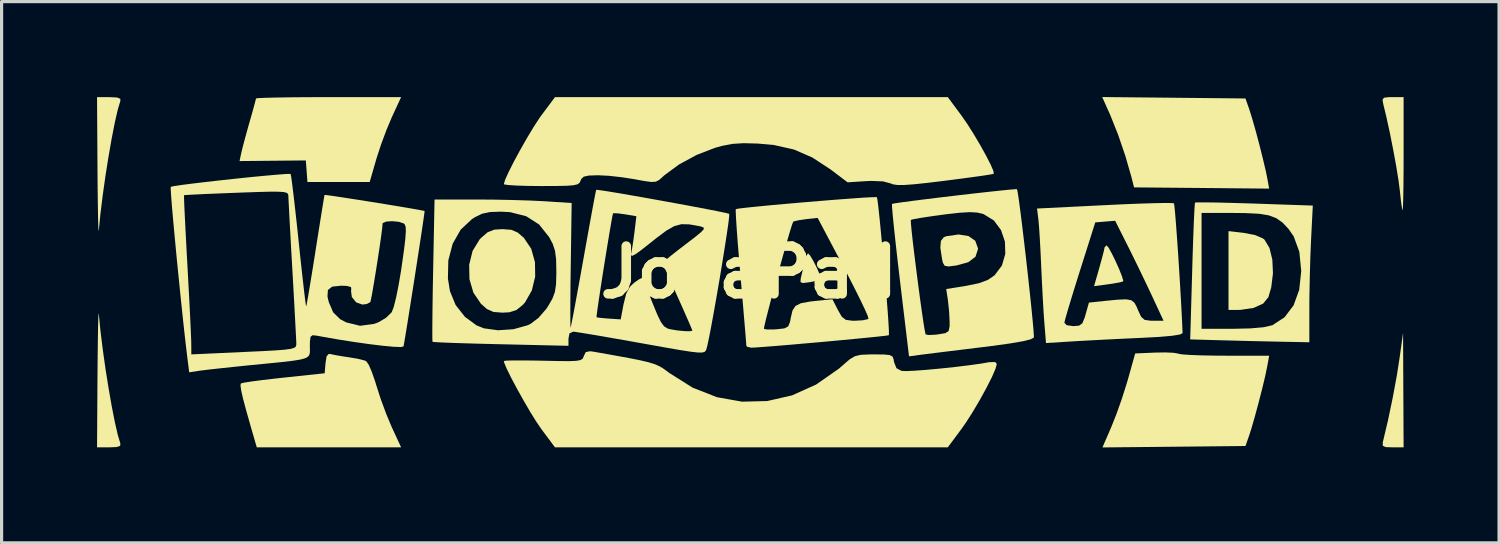
<source format=kicad_pcb>
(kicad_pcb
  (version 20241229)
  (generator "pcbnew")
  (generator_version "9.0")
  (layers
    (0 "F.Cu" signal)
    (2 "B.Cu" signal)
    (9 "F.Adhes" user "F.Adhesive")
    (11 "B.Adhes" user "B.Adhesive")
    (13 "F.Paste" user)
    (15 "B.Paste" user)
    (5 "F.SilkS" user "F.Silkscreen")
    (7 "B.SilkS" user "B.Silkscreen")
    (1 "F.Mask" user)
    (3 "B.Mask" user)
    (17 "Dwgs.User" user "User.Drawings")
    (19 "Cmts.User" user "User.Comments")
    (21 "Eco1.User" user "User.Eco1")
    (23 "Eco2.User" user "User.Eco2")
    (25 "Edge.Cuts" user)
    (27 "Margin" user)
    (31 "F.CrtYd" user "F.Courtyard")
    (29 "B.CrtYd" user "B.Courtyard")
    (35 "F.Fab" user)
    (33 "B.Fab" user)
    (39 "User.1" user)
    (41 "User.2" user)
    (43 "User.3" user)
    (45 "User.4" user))
  (footprint "JokaPad"
    (layer "F.Cu")
    (at 20.489 5.506)
    (property "Reference" "JokaPad" (at 0 0 0) (layer "F.SilkS") (effects (font (size 1.5 1.5) (thickness 0.3))))
    (attr board_only exclude_from_pos_files exclude_from_bom)
    (fp_poly (pts (xy 20.565 3.704) (xy 20.574 5.503) (xy 20.226 5.503) (xy 20.008 5.496) (xy 19.919 5.453) (xy 19.92 5.343) (xy 19.937 5.271) (xy 20.087 4.637) (xy 20.233 3.938) (xy 20.36 3.253) (xy 20.445 2.709) (xy 20.557 1.905)) (stroke (width 0) (type solid)) (fill yes) (layer "F.SilkS"))
    (fp_poly (pts (xy 6.9 -1.137) (xy 7.111 -0.989) (xy 7.196 -0.754) (xy 7.197 -0.727) (xy 7.119 -0.487) (xy 6.889 -0.314) (xy 6.51 -0.211) (xy 6.272 -0.182) (xy 6.151 -0.203) (xy 6.094 -0.299) (xy 6.066 -0.426) (xy 6.015 -0.768) (xy 6.031 -0.982) (xy 6.121 -1.099) (xy 6.202 -1.132) (xy 6.589 -1.187)) (stroke (width 0) (type solid)) (fill yes) (layer "F.SilkS"))
    (fp_poly (pts (xy 15.557 -1.236) (xy 15.907 -1.168) (xy 16.153 -1.062) (xy 16.202 -1.023) (xy 16.358 -0.764) (xy 16.448 -0.396) (xy 16.468 0.032) (xy 16.414 0.474) (xy 16.325 0.782) (xy 16.161 0.984) (xy 15.861 1.121) (xy 15.451 1.182) (xy 15.346 1.185) (xy 15.071 1.185) (xy 15.071 -0.054) (xy 15.071 -1.293)) (stroke (width 0) (type solid)) (fill yes) (layer "F.SilkS"))
    (fp_poly (pts (xy 1.922 -0.524) (xy 2.023 -0.355) (xy 2.131 -0.142) (xy 2.22 0.062) (xy 2.262 0.2) (xy 2.258 0.226) (xy 2.159 0.261) (xy 1.959 0.304) (xy 1.903 0.313) (xy 1.697 0.34) (xy 1.619 0.31) (xy 1.627 0.194) (xy 1.643 0.13) (xy 1.706 -0.142) (xy 1.75 -0.349) (xy 1.802 -0.522) (xy 1.856 -0.593)) (stroke (width 0) (type solid)) (fill yes) (layer "F.SilkS"))
    (fp_poly (pts (xy 11.239 -0.844) (xy 11.301 -0.773) (xy 11.401 -0.593) (xy 11.52 -0.352) (xy 11.634 -0.097) (xy 11.722 0.124) (xy 11.763 0.264) (xy 11.76 0.288) (xy 11.664 0.316) (xy 11.454 0.354) (xy 11.286 0.379) (xy 10.845 0.438) (xy 11.011 -0.14) (xy 11.092 -0.435) (xy 11.152 -0.664) (xy 11.176 -0.78) (xy 11.176 -0.783) (xy 11.237 -0.844)) (stroke (width 0) (type solid)) (fill yes) (layer "F.SilkS"))
    (fp_poly (pts (xy 13.352 -5.484) (xy 15.604 -5.461) (xy 15.723 -5.122) (xy 15.812 -4.839) (xy 15.924 -4.447) (xy 16.043 -4.001) (xy 16.154 -3.557) (xy 16.245 -3.171) (xy 16.291 -2.944) (xy 16.348 -2.628) (xy 14.225 -2.648) (xy 12.103 -2.667) (xy 12.016 -3.006) (xy 11.828 -3.658) (xy 11.601 -4.323) (xy 11.364 -4.917) (xy 11.339 -4.976) (xy 11.101 -5.506)) (stroke (width 0) (type solid)) (fill yes) (layer "F.SilkS"))
    (fp_poly (pts (xy -20.433 1.312) (xy -20.383 1.832) (xy -20.311 2.414) (xy -20.225 3.027) (xy -20.128 3.636) (xy -20.028 4.209) (xy -19.929 4.712) (xy -19.837 5.113) (xy -19.757 5.379) (xy -19.762 5.457) (xy -19.877 5.494) (xy -20.099 5.503) (xy -20.489 5.503) (xy -20.475 3.239) (xy -20.47 2.66) (xy -20.464 2.16) (xy -20.457 1.757) (xy -20.45 1.468) (xy -20.442 1.311) (xy -20.434 1.303)) (stroke (width 0) (type solid)) (fill yes) (layer "F.SilkS"))
    (fp_poly (pts (xy -19.86 -5.492) (xy -19.757 -5.451) (xy -19.757 -5.379) (xy -19.837 -5.113) (xy -19.929 -4.712) (xy -20.028 -4.208) (xy -20.128 -3.635) (xy -20.225 -3.026) (xy -20.311 -2.414) (xy -20.383 -1.831) (xy -20.433 -1.312) (xy -20.441 -1.303) (xy -20.449 -1.444) (xy -20.457 -1.72) (xy -20.464 -2.112) (xy -20.47 -2.602) (xy -20.475 -3.173) (xy -20.475 -3.239) (xy -20.489 -5.503) (xy -20.099 -5.503)) (stroke (width 0) (type solid)) (fill yes) (layer "F.SilkS"))
    (fp_poly (pts (xy 20.574 -3.725) (xy 20.573 -3.197) (xy 20.569 -2.732) (xy 20.563 -2.353) (xy 20.555 -2.086) (xy 20.547 -1.956) (xy 20.544 -1.947) (xy 20.522 -2.025) (xy 20.492 -2.228) (xy 20.461 -2.516) (xy 20.458 -2.544) (xy 20.415 -2.88) (xy 20.342 -3.332) (xy 20.247 -3.85) (xy 20.14 -4.387) (xy 20.03 -4.892) (xy 19.938 -5.271) (xy 19.911 -5.418) (xy 19.957 -5.485) (xy 20.117 -5.503) (xy 20.226 -5.503) (xy 20.574 -5.503)) (stroke (width 0) (type solid)) (fill yes) (layer "F.SilkS"))
    (fp_poly (pts (xy -7.466 -1.333) (xy -7.263 -1.244) (xy -7.072 -1.077) (xy -6.843 -0.737) (xy -6.726 -0.317) (xy -6.719 0.135) (xy -6.824 0.571) (xy -7.037 0.946) (xy -7.112 1.029) (xy -7.311 1.189) (xy -7.531 1.259) (xy -7.749 1.27) (xy -8.029 1.248) (xy -8.234 1.158) (xy -8.422 0.993) (xy -8.661 0.642) (xy -8.785 0.217) (xy -8.794 -0.236) (xy -8.687 -0.669) (xy -8.465 -1.032) (xy -8.425 -1.074) (xy -8.213 -1.257) (xy -8.006 -1.338) (xy -7.747 -1.355)) (stroke (width 0) (type solid)) (fill yes) (layer "F.SilkS"))
    (fp_poly (pts (xy 13.341 2.531) (xy 13.485 2.556) (xy 13.492 2.56) (xy 13.606 2.581) (xy 13.858 2.599) (xy 14.219 2.613) (xy 14.656 2.621) (xy 14.969 2.623) (xy 16.348 2.625) (xy 16.291 2.942) (xy 16.229 3.242) (xy 16.133 3.645) (xy 16.018 4.094) (xy 15.899 4.534) (xy 15.791 4.909) (xy 15.723 5.122) (xy 15.604 5.461) (xy 13.356 5.484) (xy 11.109 5.506) (xy 11.393 4.849) (xy 11.55 4.454) (xy 11.718 3.98) (xy 11.867 3.51) (xy 11.908 3.372) (xy 12.138 2.552) (xy 12.766 2.525) (xy 13.085 2.52)) (stroke (width 0) (type solid)) (fill yes) (layer "F.SilkS"))
    (fp_poly (pts (xy -11.221 -4.88) (xy -11.391 -4.478) (xy -11.565 -4.009) (xy -11.708 -3.57) (xy -11.715 -3.546) (xy -11.92 -2.836) (xy -12.898 -2.836) (xy -13.877 -2.836) (xy -13.902 -3.175) (xy -13.928 -3.514) (xy -14.969 -3.504) (xy -16.011 -3.494) (xy -15.954 -3.758) (xy -15.904 -3.963) (xy -15.821 -4.272) (xy -15.723 -4.627) (xy -15.696 -4.721) (xy -15.604 -5.042) (xy -15.535 -5.296) (xy -15.497 -5.443) (xy -15.494 -5.462) (xy -15.413 -5.473) (xy -15.184 -5.483) (xy -14.83 -5.491) (xy -14.372 -5.498) (xy -13.832 -5.502) (xy -13.232 -5.503) (xy -13.214 -5.503) (xy -10.933 -5.503)) (stroke (width 0) (type solid)) (fill yes) (layer "F.SilkS"))
    (fp_poly (pts (xy -13.139 2.574) (xy -12.974 2.609) (xy -12.716 2.652) (xy -12.573 2.673) (xy -12.303 2.718) (xy -12.093 2.77) (xy -12.031 2.794) (xy -11.955 2.9) (xy -11.855 3.127) (xy -11.748 3.435) (xy -11.711 3.556) (xy -11.572 3.989) (xy -11.398 4.459) (xy -11.227 4.868) (xy -11.221 4.88) (xy -10.933 5.503) (xy -13.201 5.503) (xy -15.469 5.503) (xy -15.647 4.889) (xy -15.798 4.357) (xy -15.902 3.968) (xy -15.961 3.706) (xy -15.981 3.553) (xy -15.969 3.495) (xy -15.873 3.471) (xy -15.64 3.434) (xy -15.298 3.389) (xy -14.877 3.34) (xy -14.63 3.313) (xy -13.335 3.175) (xy -13.308 2.853) (xy -13.275 2.643) (xy -13.209 2.567)) (stroke (width 0) (type solid)) (fill yes) (layer "F.SilkS"))
    (fp_poly (pts (xy 14.693 -2.191) (xy 15.141 -2.18) (xy 15.659 -2.165) (xy 15.883 -2.158) (xy 17.72 -2.095) (xy 17.666 -1.026) (xy 17.643 -0.476) (xy 17.625 0.152) (xy 17.613 0.767) (xy 17.611 1.122) (xy 17.611 2.201) (xy 16.701 2.183) (xy 16.2 2.172) (xy 15.623 2.159) (xy 15.064 2.144) (xy 14.829 2.138) (xy 13.867 2.111) (xy 13.929 -0.024) (xy 13.929 -0.042) (xy 14.224 -0.042) (xy 14.224 1.778) (xy 15.2 1.778) (xy 15.758 1.765) (xy 16.177 1.728) (xy 16.443 1.667) (xy 16.453 1.663) (xy 16.833 1.415) (xy 17.116 1.04) (xy 17.293 0.553) (xy 17.356 -0.03) (xy 17.356 -0.042) (xy 17.297 -0.642) (xy 17.12 -1.126) (xy 16.962 -1.355) (xy 16.774 -1.556) (xy 16.578 -1.696) (xy 16.341 -1.787) (xy 16.028 -1.838) (xy 15.603 -1.859) (xy 15.244 -1.863) (xy 14.224 -1.863) (xy 14.224 -0.042) (xy 13.929 -0.042) (xy 13.946 -0.607) (xy 13.964 -1.132) (xy 13.981 -1.576) (xy 13.997 -1.915) (xy 14.01 -2.127) (xy 14.018 -2.19) (xy 14.107 -2.196) (xy 14.34 -2.196)) (stroke (width 0) (type solid)) (fill yes) (layer "F.SilkS"))
    (fp_poly (pts (xy 6.674 -4.93) (xy 6.862 -4.66) (xy 7.065 -4.338) (xy 7.267 -3.997) (xy 7.448 -3.671) (xy 7.592 -3.39) (xy 7.68 -3.187) (xy 7.694 -3.094) (xy 7.604 -3.075) (xy 7.373 -3.038) (xy 7.028 -2.99) (xy 6.598 -2.932) (xy 6.154 -2.875) (xy 5.592 -2.807) (xy 5.172 -2.763) (xy 4.871 -2.742) (xy 4.663 -2.742) (xy 4.525 -2.763) (xy 4.447 -2.793) (xy 4.211 -2.856) (xy 3.841 -2.87) (xy 3.674 -2.863) (xy 3.099 -2.826) (xy 2.573 -3.225) (xy 1.995 -3.604) (xy 1.417 -3.856) (xy 0.782 -3.999) (xy 0.28 -4.044) (xy -0.169 -4.056) (xy -0.523 -4.034) (xy -0.854 -3.97) (xy -1.074 -3.908) (xy -1.647 -3.686) (xy -2.198 -3.387) (xy -2.658 -3.048) (xy -2.713 -2.998) (xy -2.826 -2.898) (xy -2.93 -2.846) (xy -3.07 -2.837) (xy -3.292 -2.867) (xy -3.588 -2.922) (xy -3.989 -2.985) (xy -4.404 -3.031) (xy -4.743 -3.048) (xy -5.03 -3.039) (xy -5.191 -3.005) (xy -5.271 -2.93) (xy -5.292 -2.879) (xy -5.324 -2.811) (xy -5.387 -2.765) (xy -5.51 -2.735) (xy -5.719 -2.718) (xy -6.042 -2.711) (xy -6.506 -2.709) (xy -6.525 -2.709) (xy -6.95 -2.713) (xy -7.307 -2.724) (xy -7.565 -2.741) (xy -7.695 -2.761) (xy -7.705 -2.769) (xy -7.663 -2.908) (xy -7.551 -3.156) (xy -7.387 -3.48) (xy -7.19 -3.844) (xy -6.978 -4.216) (xy -6.771 -4.56) (xy -6.587 -4.843) (xy -6.523 -4.932) (xy -6.097 -5.503) (xy 0.076 -5.503) (xy 6.249 -5.503)) (stroke (width 0) (type solid)) (fill yes) (layer "F.SilkS"))
    (fp_poly (pts (xy -4.879 2.498) (xy -4.26 2.608) (xy -3.783 2.695) (xy -3.425 2.766) (xy -3.16 2.828) (xy -2.966 2.888) (xy -2.817 2.953) (xy -2.689 3.029) (xy -2.559 3.124) (xy -2.505 3.165) (xy -1.772 3.627) (xy -1.004 3.928) (xy -0.217 4.068) (xy 0.573 4.048) (xy 1.353 3.87) (xy 2.106 3.532) (xy 2.817 3.037) (xy 2.968 2.907) (xy 3.166 2.736) (xy 3.329 2.639) (xy 3.516 2.595) (xy 3.789 2.583) (xy 3.928 2.582) (xy 4.241 2.585) (xy 4.423 2.603) (xy 4.512 2.65) (xy 4.547 2.741) (xy 4.556 2.815) (xy 4.635 3.016) (xy 4.793 3.1) (xy 4.94 3.107) (xy 5.219 3.094) (xy 5.591 3.066) (xy 6.021 3.026) (xy 6.473 2.978) (xy 6.908 2.925) (xy 7.291 2.872) (xy 7.556 2.826) (xy 7.74 2.822) (xy 7.789 2.882) (xy 7.746 3.039) (xy 7.631 3.303) (xy 7.461 3.638) (xy 7.257 4.01) (xy 7.037 4.383) (xy 6.821 4.722) (xy 6.679 4.924) (xy 6.249 5.503) (xy 0.076 5.503) (xy -6.097 5.503) (xy -6.523 4.932) (xy -6.683 4.698) (xy -6.877 4.386) (xy -7.085 4.029) (xy -7.29 3.662) (xy -7.472 3.32) (xy -7.613 3.035) (xy -7.693 2.842) (xy -7.705 2.79) (xy -7.625 2.778) (xy -7.406 2.772) (xy -7.077 2.772) (xy -6.667 2.777) (xy -6.471 2.781) (xy -5.991 2.791) (xy -5.654 2.794) (xy -5.433 2.785) (xy -5.301 2.762) (xy -5.232 2.723) (xy -5.2 2.662) (xy -5.191 2.631) (xy -5.128 2.509) (xy -4.993 2.483)) (stroke (width 0) (type solid)) (fill yes) (layer "F.SilkS"))
    (fp_poly (pts (xy 13.291 -2.174) (xy 13.356 -2.166) (xy 13.371 -2.075) (xy 13.394 -1.842) (xy 13.422 -1.493) (xy 13.454 -1.055) (xy 13.489 -0.555) (xy 13.523 -0.019) (xy 13.556 0.526) (xy 13.586 1.053) (xy 13.611 1.535) (xy 13.628 1.913) (xy 13.545 1.957) (xy 13.297 1.997) (xy 12.886 2.033) (xy 12.34 2.062) (xy 11.798 2.087) (xy 11.23 2.115) (xy 10.697 2.143) (xy 10.26 2.167) (xy 10.192 2.172) (xy 9.335 2.225) (xy 9.284 1.599) (xy 9.283 1.587) (xy 9.912 1.587) (xy 9.984 1.664) (xy 10.188 1.693) (xy 10.191 1.693) (xy 10.372 1.679) (xy 10.476 1.606) (xy 10.55 1.429) (xy 10.58 1.324) (xy 10.684 0.954) (xy 11.196 0.9) (xy 11.589 0.862) (xy 11.849 0.851) (xy 12.011 0.879) (xy 12.111 0.954) (xy 12.184 1.086) (xy 12.224 1.185) (xy 12.324 1.399) (xy 12.434 1.497) (xy 12.618 1.523) (xy 12.694 1.524) (xy 13.029 1.524) (xy 12.665 0.741) (xy 12.452 0.291) (xy 12.206 -0.219) (xy 11.97 -0.699) (xy 11.904 -0.83) (xy 11.508 -1.618) (xy 11.195 -1.592) (xy 10.883 -1.566) (xy 10.4 -0.042) (xy 10.248 0.442) (xy 10.115 0.875) (xy 10.009 1.228) (xy 9.939 1.474) (xy 9.912 1.587) (xy 9.912 1.587) (xy 9.283 1.587) (xy 9.26 1.266) (xy 9.234 0.822) (xy 9.208 0.325) (xy 9.185 -0.168) (xy 9.185 -0.169) (xy 9.164 -0.626) (xy 9.141 -1.053) (xy 9.118 -1.405) (xy 9.098 -1.639) (xy 9.096 -1.657) (xy 9.053 -2.002) (xy 11.18 -2.108) (xy 11.763 -2.136) (xy 12.289 -2.157) (xy 12.734 -2.17) (xy 13.076 -2.177)) (stroke (width 0) (type solid)) (fill yes) (layer "F.SilkS"))
    (fp_poly (pts (xy 8.423 -2.609) (xy 8.445 -2.514) (xy 8.481 -2.278) (xy 8.528 -1.926) (xy 8.583 -1.486) (xy 8.643 -0.984) (xy 8.706 -0.447) (xy 8.767 0.098) (xy 8.824 0.624) (xy 8.875 1.106) (xy 8.915 1.516) (xy 8.943 1.827) (xy 8.954 2.013) (xy 8.952 2.053) (xy 8.857 2.107) (xy 8.607 2.169) (xy 8.198 2.239) (xy 7.626 2.318) (xy 7.312 2.357) (xy 6.786 2.422) (xy 6.294 2.482) (xy 5.871 2.534) (xy 5.55 2.574) (xy 5.373 2.597) (xy 5.03 2.643) (xy 4.745 0.262) (xy 4.673 -0.352) (xy 4.61 -0.91) (xy 4.558 -1.39) (xy 4.533 -1.644) (xy 5.087 -1.644) (xy 5.088 -1.555) (xy 5.109 -1.328) (xy 5.145 -0.994) (xy 5.194 -0.582) (xy 5.252 -0.122) (xy 5.313 0.355) (xy 5.375 0.819) (xy 5.434 1.241) (xy 5.485 1.59) (xy 5.526 1.837) (xy 5.551 1.951) (xy 5.552 1.954) (xy 5.644 1.973) (xy 5.845 1.964) (xy 5.944 1.953) (xy 6.17 1.915) (xy 6.275 1.847) (xy 6.305 1.702) (xy 6.306 1.566) (xy 6.291 1.244) (xy 6.256 0.909) (xy 6.252 0.878) (xy 6.199 0.528) (xy 6.832 0.426) (xy 7.231 0.344) (xy 7.51 0.24) (xy 7.718 0.097) (xy 7.95 -0.211) (xy 8.056 -0.578) (xy 8.044 -0.963) (xy 7.921 -1.326) (xy 7.695 -1.628) (xy 7.374 -1.826) (xy 7.35 -1.835) (xy 7.172 -1.876) (xy 6.945 -1.889) (xy 6.633 -1.871) (xy 6.199 -1.823) (xy 6.09 -1.808) (xy 5.705 -1.755) (xy 5.386 -1.706) (xy 5.168 -1.667) (xy 5.087 -1.644) (xy 4.533 -1.644) (xy 4.52 -1.769) (xy 4.498 -2.028) (xy 4.494 -2.143) (xy 4.495 -2.147) (xy 4.587 -2.166) (xy 4.816 -2.2) (xy 5.156 -2.245) (xy 5.577 -2.298) (xy 6.05 -2.356) (xy 6.546 -2.415) (xy 7.038 -2.472) (xy 7.496 -2.523) (xy 7.891 -2.565) (xy 8.196 -2.596) (xy 8.38 -2.61)) (stroke (width 0) (type solid)) (fill yes) (layer "F.SilkS"))
    (fp_poly (pts (xy 4.02 -2.358) (xy 4.039 -2.266) (xy 4.068 -2.033) (xy 4.105 -1.687) (xy 4.147 -1.255) (xy 4.193 -0.766) (xy 4.239 -0.246) (xy 4.284 0.277) (xy 4.324 0.775) (xy 4.359 1.221) (xy 4.384 1.588) (xy 4.398 1.848) (xy 4.398 1.972) (xy 4.396 1.979) (xy 4.308 1.994) (xy 4.078 2.02) (xy 3.734 2.055) (xy 3.305 2.097) (xy 2.816 2.143) (xy 2.296 2.191) (xy 1.772 2.237) (xy 1.271 2.281) (xy 0.822 2.318) (xy 0.451 2.347) (xy 0.186 2.366) (xy 0.064 2.371) (xy -0.061 2.341) (xy -0.083 2.307) (xy -0.09 2.209) (xy -0.109 1.965) (xy -0.125 1.779) (xy 0.47 1.779) (xy 0.56 1.799) (xy 0.762 1.799) (xy 0.876 1.792) (xy 1.112 1.765) (xy 1.232 1.703) (xy 1.289 1.563) (xy 1.313 1.436) (xy 1.367 1.205) (xy 1.461 1.06) (xy 1.631 0.974) (xy 1.915 0.922) (xy 2.094 0.902) (xy 2.623 0.849) (xy 2.795 1.187) (xy 2.916 1.397) (xy 3.04 1.495) (xy 3.235 1.523) (xy 3.341 1.524) (xy 3.577 1.51) (xy 3.731 1.476) (xy 3.756 1.459) (xy 3.73 1.367) (xy 3.635 1.15) (xy 3.482 0.831) (xy 3.282 0.431) (xy 3.047 -0.025) (xy 2.978 -0.157) (xy 2.159 -1.707) (xy 1.795 -1.668) (xy 1.563 -1.635) (xy 1.413 -1.599) (xy 1.39 -1.587) (xy 1.354 -1.495) (xy 1.284 -1.27) (xy 1.188 -0.943) (xy 1.075 -0.542) (xy 0.952 -0.099) (xy 0.828 0.356) (xy 0.71 0.795) (xy 0.608 1.187) (xy 0.528 1.501) (xy 0.48 1.709) (xy 0.47 1.779) (xy -0.125 1.779) (xy -0.14 1.6) (xy -0.179 1.137) (xy -0.225 0.599) (xy -0.264 0.146) (xy -0.313 -0.431) (xy -0.355 -0.949) (xy -0.387 -1.387) (xy -0.408 -1.72) (xy -0.417 -1.926) (xy -0.414 -1.983) (xy -0.322 -2.001) (xy -0.088 -2.029) (xy 0.259 -2.065) (xy 0.692 -2.107) (xy 1.185 -2.151) (xy 1.71 -2.197) (xy 2.239 -2.241) (xy 2.746 -2.282) (xy 3.204 -2.316) (xy 3.584 -2.343) (xy 3.86 -2.358) (xy 4.005 -2.361)) (stroke (width 0) (type solid)) (fill yes) (layer "F.SilkS"))
    (fp_poly (pts (xy -4.714 -2.583) (xy -4.488 -2.55) (xy -4.15 -2.494) (xy -3.728 -2.422) (xy -3.25 -2.338) (xy -2.742 -2.247) (xy -2.233 -2.154) (xy -1.75 -2.064) (xy -1.32 -1.983) (xy -0.97 -1.914) (xy -0.729 -1.864) (xy -0.623 -1.836) (xy -0.621 -1.835) (xy -0.623 -1.744) (xy -0.651 -1.513) (xy -0.701 -1.171) (xy -0.767 -0.744) (xy -0.845 -0.261) (xy -0.93 0.253) (xy -1.019 0.769) (xy -1.106 1.261) (xy -1.186 1.7) (xy -1.256 2.059) (xy -1.31 2.312) (xy -1.337 2.416) (xy -1.36 2.469) (xy -1.401 2.506) (xy -1.48 2.524) (xy -1.617 2.522) (xy -1.832 2.497) (xy -2.146 2.449) (xy -2.579 2.374) (xy -3.151 2.272) (xy -3.387 2.23) (xy -3.953 2.129) (xy -4.469 2.039) (xy -4.91 1.963) (xy -5.25 1.907) (xy -5.465 1.874) (xy -5.524 1.867) (xy -5.641 1.921) (xy -5.673 2.087) (xy -5.673 2.312) (xy -7.797 2.263) (xy -8.378 2.249) (xy -8.9 2.234) (xy -9.341 2.22) (xy -9.677 2.206) (xy -9.886 2.194) (xy -9.946 2.187) (xy -9.951 2.098) (xy -9.952 1.863) (xy -9.95 1.503) (xy -9.945 1.041) (xy -9.937 0.501) (xy -9.931 0.198) (xy -9.462 0.198) (xy -9.398 0.594) (xy -9.22 1.029) (xy -8.928 1.401) (xy -8.561 1.671) (xy -8.33 1.763) (xy -7.883 1.824) (xy -7.399 1.79) (xy -6.961 1.668) (xy -6.868 1.625) (xy -6.617 1.436) (xy -6.373 1.155) (xy -6.308 1.057) (xy -6.177 0.829) (xy -6.101 0.625) (xy -6.064 0.387) (xy -6.054 0.052) (xy -6.054 -0.036) (xy -6.062 -0.409) (xy -6.096 -0.673) (xy -6.167 -0.89) (xy -6.279 -1.102) (xy -6.595 -1.5) (xy -7.001 -1.76) (xy -7.506 -1.888) (xy -7.796 -1.904) (xy -8.138 -1.892) (xy -8.385 -1.84) (xy -8.61 -1.731) (xy -8.704 -1.672) (xy -9.06 -1.339) (xy -9.312 -0.896) (xy -9.449 -0.374) (xy -9.462 0.198) (xy -9.931 0.198) (xy -9.926 -0.064) (xy -9.882 -2.286) (xy -8.561 -2.286) (xy -8.018 -2.282) (xy -7.453 -2.271) (xy -6.926 -2.255) (xy -6.494 -2.235) (xy -6.406 -2.23) (xy -5.573 -2.175) (xy -5.601 -0.205) (xy -5.609 0.35) (xy -5.613 0.843) (xy -5.615 1.25) (xy -5.614 1.548) (xy -5.61 1.714) (xy -5.606 1.74) (xy -5.586 1.654) (xy -5.54 1.423) (xy -5.538 1.415) (xy -4.791 1.415) (xy -4.706 1.43) (xy -4.509 1.449) (xy -4.404 1.457) (xy -4.031 1.482) (xy -3.941 1.001) (xy -3.857 0.67) (xy -3.736 0.451) (xy -3.615 0.335) (xy -3.453 0.221) (xy -3.359 0.178) (xy -3.353 0.181) (xy -3.314 0.268) (xy -3.227 0.477) (xy -3.108 0.772) (xy -3.028 0.974) (xy -2.881 1.333) (xy -2.768 1.564) (xy -2.67 1.698) (xy -2.564 1.766) (xy -2.485 1.789) (xy -2.258 1.828) (xy -2.025 1.851) (xy -1.846 1.854) (xy -1.778 1.835) (xy -1.811 1.752) (xy -1.9 1.544) (xy -2.034 1.239) (xy -2.199 0.868) (xy -2.244 0.77) (xy -2.415 0.386) (xy -2.558 0.062) (xy -2.659 -0.174) (xy -2.707 -0.292) (xy -2.709 -0.299) (xy -2.646 -0.361) (xy -2.476 -0.501) (xy -2.227 -0.697) (xy -2.011 -0.863) (xy -1.7 -1.101) (xy -1.509 -1.257) (xy -1.421 -1.351) (xy -1.423 -1.403) (xy -1.498 -1.434) (xy -1.566 -1.449) (xy -1.876 -1.505) (xy -2.122 -1.51) (xy -2.347 -1.45) (xy -2.594 -1.31) (xy -2.907 -1.076) (xy -3.052 -0.96) (xy -3.362 -0.715) (xy -3.562 -0.569) (xy -3.671 -0.514) (xy -3.709 -0.538) (xy -3.702 -0.6) (xy -3.664 -0.799) (xy -3.621 -1.088) (xy -3.596 -1.282) (xy -3.539 -1.76) (xy -3.892 -1.82) (xy -4.115 -1.85) (xy -4.254 -1.855) (xy -4.272 -1.85) (xy -4.293 -1.762) (xy -4.333 -1.539) (xy -4.389 -1.212) (xy -4.455 -0.812) (xy -4.527 -0.37) (xy -4.599 0.083) (xy -4.666 0.514) (xy -4.723 0.894) (xy -4.766 1.19) (xy -4.789 1.372) (xy -4.791 1.415) (xy -5.538 1.415) (xy -5.473 1.07) (xy -5.39 0.617) (xy -5.293 0.087) (xy -5.201 -0.429) (xy -5.097 -1.009) (xy -5.003 -1.53) (xy -4.922 -1.971) (xy -4.859 -2.31) (xy -4.817 -2.523) (xy -4.801 -2.591)) (stroke (width 0) (type solid)) (fill yes) (layer "F.SilkS"))
    (fp_poly (pts (xy -14.405 -3.088) (xy -14.387 -2.997) (xy -14.355 -2.762) (xy -14.311 -2.404) (xy -14.259 -1.948) (xy -14.2 -1.416) (xy -14.154 -0.978) (xy -14.094 -0.408) (xy -14.038 0.1) (xy -13.99 0.524) (xy -13.952 0.842) (xy -13.926 1.031) (xy -13.916 1.075) (xy -13.897 0.988) (xy -13.857 0.764) (xy -13.247 0.764) (xy -13.207 0.935) (xy -13.068 1.261) (xy -12.846 1.477) (xy -12.658 1.576) (xy -12.223 1.683) (xy -11.781 1.623) (xy -11.646 1.573) (xy -11.411 1.435) (xy -11.233 1.262) (xy -11.226 1.251) (xy -11.165 1.093) (xy -11.091 0.8) (xy -11.012 0.407) (xy -10.934 -0.053) (xy -10.912 -0.205) (xy -10.842 -0.7) (xy -10.8 -1.053) (xy -10.784 -1.289) (xy -10.791 -1.433) (xy -10.823 -1.51) (xy -10.847 -1.532) (xy -11.004 -1.585) (xy -11.21 -1.605) (xy -11.4 -1.593) (xy -11.508 -1.548) (xy -11.515 -1.529) (xy -11.527 -1.388) (xy -11.561 -1.127) (xy -11.61 -0.783) (xy -11.669 -0.394) (xy -11.732 0.005) (xy -11.793 0.374) (xy -11.845 0.678) (xy -11.885 0.88) (xy -11.901 0.94) (xy -12.013 0.999) (xy -12.152 1.016) (xy -12.346 0.946) (xy -12.481 0.779) (xy -12.508 0.579) (xy -12.498 0.544) (xy -12.507 0.466) (xy -12.634 0.43) (xy -12.821 0.423) (xy -13.099 0.453) (xy -13.234 0.558) (xy -13.247 0.764) (xy -13.857 0.764) (xy -13.856 0.759) (xy -13.798 0.413) (xy -13.726 -0.025) (xy -13.645 -0.53) (xy -13.622 -0.68) (xy -13.54 -1.2) (xy -13.467 -1.658) (xy -13.407 -2.032) (xy -13.364 -2.294) (xy -13.342 -2.422) (xy -13.34 -2.43) (xy -13.258 -2.423) (xy -13.041 -2.392) (xy -12.72 -2.344) (xy -12.327 -2.283) (xy -11.893 -2.214) (xy -11.45 -2.143) (xy -11.031 -2.074) (xy -10.665 -2.012) (xy -10.385 -1.963) (xy -10.223 -1.932) (xy -10.195 -1.924) (xy -10.204 -1.841) (xy -10.236 -1.617) (xy -10.285 -1.281) (xy -10.349 -0.859) (xy -10.423 -0.379) (xy -10.502 0.132) (xy -10.583 0.648) (xy -10.661 1.14) (xy -10.731 1.582) (xy -10.791 1.947) (xy -10.834 2.206) (xy -10.858 2.334) (xy -10.944 2.351) (xy -11.17 2.342) (xy -11.506 2.311) (xy -11.926 2.26) (xy -12.402 2.193) (xy -12.905 2.114) (xy -13.409 2.026) (xy -13.568 1.996) (xy -13.712 1.979) (xy -13.779 2.028) (xy -13.799 2.184) (xy -13.801 2.327) (xy -13.798 2.46) (xy -13.805 2.561) (xy -13.841 2.637) (xy -13.927 2.695) (xy -14.084 2.741) (xy -14.332 2.782) (xy -14.691 2.824) (xy -15.182 2.873) (xy -15.663 2.92) (xy -16.143 2.969) (xy -16.587 3.016) (xy -16.957 3.057) (xy -17.214 3.088) (xy -17.284 3.098) (xy -17.593 3.145) (xy -17.645 2.736) (xy -17.694 2.329) (xy -17.75 1.835) (xy -17.81 1.278) (xy -17.872 0.682) (xy -17.934 0.07) (xy -17.994 -0.534) (xy -18.048 -1.107) (xy -18.096 -1.625) (xy -18.135 -2.066) (xy -18.156 -2.337) (xy -17.755 -2.337) (xy -17.747 -2.105) (xy -17.73 -1.75) (xy -17.707 -1.294) (xy -17.679 -0.759) (xy -17.651 -0.251) (xy -17.618 0.356) (xy -17.587 0.924) (xy -17.562 1.426) (xy -17.543 1.834) (xy -17.531 2.122) (xy -17.528 2.244) (xy -17.526 2.582) (xy -15.875 2.506) (xy -15.308 2.48) (xy -14.889 2.457) (xy -14.594 2.434) (xy -14.403 2.408) (xy -14.292 2.376) (xy -14.241 2.334) (xy -14.226 2.279) (xy -14.226 2.252) (xy -14.231 2.122) (xy -14.245 1.847) (xy -14.266 1.452) (xy -14.292 0.964) (xy -14.323 0.406) (xy -14.351 -0.085) (xy -14.385 -0.679) (xy -14.415 -1.224) (xy -14.441 -1.693) (xy -14.46 -2.064) (xy -14.473 -2.31) (xy -14.476 -2.402) (xy -14.485 -2.456) (xy -14.524 -2.495) (xy -14.615 -2.519) (xy -14.782 -2.531) (xy -15.045 -2.532) (xy -15.428 -2.522) (xy -15.953 -2.504) (xy -16.108 -2.498) (xy -16.614 -2.478) (xy -17.057 -2.46) (xy -17.412 -2.443) (xy -17.653 -2.43) (xy -17.754 -2.422) (xy -17.755 -2.422) (xy -17.755 -2.337) (xy -18.156 -2.337) (xy -18.161 -2.404) (xy -18.174 -2.618) (xy -18.172 -2.684) (xy -18.078 -2.706) (xy -17.846 -2.741) (xy -17.506 -2.785) (xy -17.086 -2.835) (xy -16.617 -2.888) (xy -16.129 -2.941) (xy -15.649 -2.991) (xy -15.209 -3.033) (xy -14.838 -3.066) (xy -14.565 -3.087) (xy -14.42 -3.091)) (stroke (width 0) (type solid)) (fill yes) (layer "F.SilkS")))
  (gr_rect
    (start -3 -3)
    (end 44.063 14.012)
    (stroke (width 0.1) (type default))
    (fill no)
    (layer "Edge.Cuts")))
</source>
